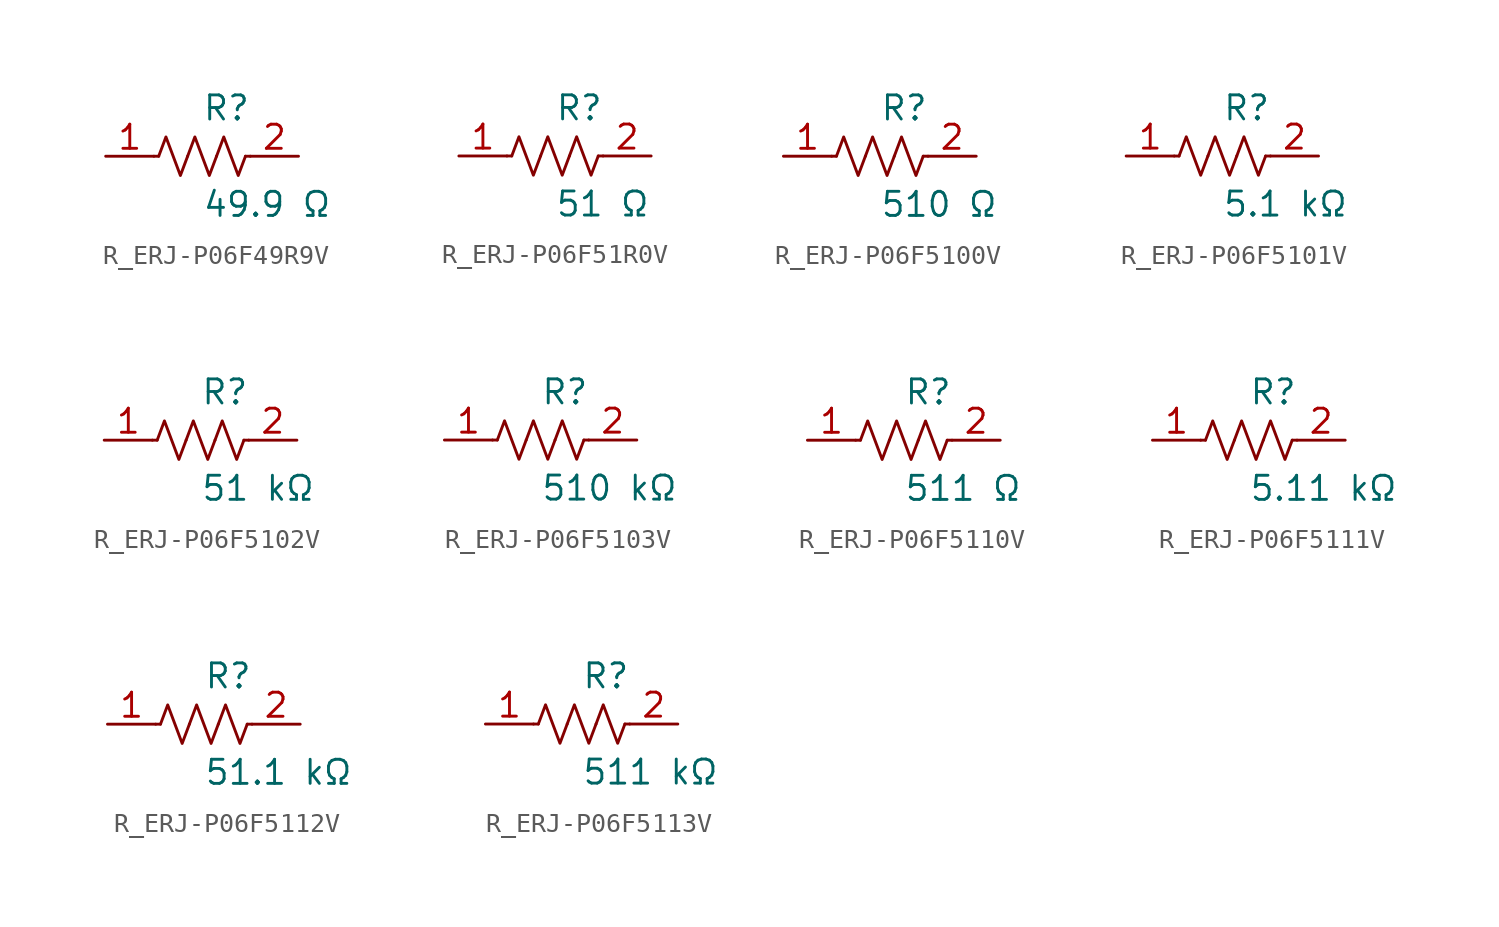
<source format=kicad_sym>
(kicad_symbol_lib
  (version 20231120)
  (generator kicad_symbol_editor)
  (generator_version 8.0)
  (symbol "R_ERJ-P06F49R9V"
    (pin_names
      (offset 0.254))
    (property "Reference" "R"
      (at 0.0 2.54 0)
      (effects (font (size 1.27 1.27)) (justify left)))
    (property "Value" "49.9 Ω"
      (at 0.0 -2.54 0)
      (effects (font (size 1.27 1.27)) (justify left)))
    (symbol "R_ERJ-P06F49R9V_0_1"
      (polyline (pts (xy 2.286 0) (xy 2.54 0)) (stroke (width 0) (type default)) (fill (type none)))
      (polyline (pts (xy -2.286 0) (xy -2.54 0)) (stroke (width 0) (type default)) (fill (type none)))
      (polyline (pts (xy 0.762 0) (xy 1.143 1.016) (xy 1.524 0) (xy 1.905 -1.016) (xy 2.286 0)) (stroke (width 0) (type default)) (fill (type none)))
      (polyline (pts (xy -0.762 0) (xy -0.381 1.016) (xy 0 0) (xy 0.381 -1.016) (xy 0.762 0)) (stroke (width 0) (type default)) (fill (type none)))
      (polyline (pts (xy -2.286 0) (xy -1.905 1.016) (xy -1.524 0) (xy -1.143 -1.016) (xy -0.762 0)) (stroke (width 0) (type default)) (fill (type none))))
    (pin unspecified line
      (at -5.08 0 0)
      (length 2.54)
      (name "" (effects (font (size 1.27 1.27))))
      (number "1" (effects (font (size 1.27 1.27)))))
    (pin unspecified line
      (at 5.08 0 180)
      (length 2.54)
      (name "" (effects (font (size 1.27 1.27))))
      (number "2" (effects (font (size 1.27 1.27))))))
  (symbol "R_ERJ-P06F51R0V"
    (pin_names
      (offset 0.254))
    (property "Reference" "R"
      (at 0.0 2.54 0)
      (effects (font (size 1.27 1.27)) (justify left)))
    (property "Value" "51 Ω"
      (at 0.0 -2.54 0)
      (effects (font (size 1.27 1.27)) (justify left)))
    (symbol "R_ERJ-P06F51R0V_0_1"
      (polyline (pts (xy 2.286 0) (xy 2.54 0)) (stroke (width 0) (type default)) (fill (type none)))
      (polyline (pts (xy -2.286 0) (xy -2.54 0)) (stroke (width 0) (type default)) (fill (type none)))
      (polyline (pts (xy 0.762 0) (xy 1.143 1.016) (xy 1.524 0) (xy 1.905 -1.016) (xy 2.286 0)) (stroke (width 0) (type default)) (fill (type none)))
      (polyline (pts (xy -0.762 0) (xy -0.381 1.016) (xy 0 0) (xy 0.381 -1.016) (xy 0.762 0)) (stroke (width 0) (type default)) (fill (type none)))
      (polyline (pts (xy -2.286 0) (xy -1.905 1.016) (xy -1.524 0) (xy -1.143 -1.016) (xy -0.762 0)) (stroke (width 0) (type default)) (fill (type none))))
    (pin unspecified line
      (at -5.08 0 0)
      (length 2.54)
      (name "" (effects (font (size 1.27 1.27))))
      (number "1" (effects (font (size 1.27 1.27)))))
    (pin unspecified line
      (at 5.08 0 180)
      (length 2.54)
      (name "" (effects (font (size 1.27 1.27))))
      (number "2" (effects (font (size 1.27 1.27))))))
  (symbol "R_ERJ-P06F5100V"
    (pin_names
      (offset 0.254))
    (property "Reference" "R"
      (at 0.0 2.54 0)
      (effects (font (size 1.27 1.27)) (justify left)))
    (property "Value" "510 Ω"
      (at 0.0 -2.54 0)
      (effects (font (size 1.27 1.27)) (justify left)))
    (symbol "R_ERJ-P06F5100V_0_1"
      (polyline (pts (xy 2.286 0) (xy 2.54 0)) (stroke (width 0) (type default)) (fill (type none)))
      (polyline (pts (xy -2.286 0) (xy -2.54 0)) (stroke (width 0) (type default)) (fill (type none)))
      (polyline (pts (xy 0.762 0) (xy 1.143 1.016) (xy 1.524 0) (xy 1.905 -1.016) (xy 2.286 0)) (stroke (width 0) (type default)) (fill (type none)))
      (polyline (pts (xy -0.762 0) (xy -0.381 1.016) (xy 0 0) (xy 0.381 -1.016) (xy 0.762 0)) (stroke (width 0) (type default)) (fill (type none)))
      (polyline (pts (xy -2.286 0) (xy -1.905 1.016) (xy -1.524 0) (xy -1.143 -1.016) (xy -0.762 0)) (stroke (width 0) (type default)) (fill (type none))))
    (pin unspecified line
      (at -5.08 0 0)
      (length 2.54)
      (name "" (effects (font (size 1.27 1.27))))
      (number "1" (effects (font (size 1.27 1.27)))))
    (pin unspecified line
      (at 5.08 0 180)
      (length 2.54)
      (name "" (effects (font (size 1.27 1.27))))
      (number "2" (effects (font (size 1.27 1.27))))))
  (symbol "R_ERJ-P06F5101V"
    (pin_names
      (offset 0.254))
    (property "Reference" "R"
      (at 0.0 2.54 0)
      (effects (font (size 1.27 1.27)) (justify left)))
    (property "Value" "5.1 kΩ"
      (at 0.0 -2.54 0)
      (effects (font (size 1.27 1.27)) (justify left)))
    (symbol "R_ERJ-P06F5101V_0_1"
      (polyline (pts (xy 2.286 0) (xy 2.54 0)) (stroke (width 0) (type default)) (fill (type none)))
      (polyline (pts (xy -2.286 0) (xy -2.54 0)) (stroke (width 0) (type default)) (fill (type none)))
      (polyline (pts (xy 0.762 0) (xy 1.143 1.016) (xy 1.524 0) (xy 1.905 -1.016) (xy 2.286 0)) (stroke (width 0) (type default)) (fill (type none)))
      (polyline (pts (xy -0.762 0) (xy -0.381 1.016) (xy 0 0) (xy 0.381 -1.016) (xy 0.762 0)) (stroke (width 0) (type default)) (fill (type none)))
      (polyline (pts (xy -2.286 0) (xy -1.905 1.016) (xy -1.524 0) (xy -1.143 -1.016) (xy -0.762 0)) (stroke (width 0) (type default)) (fill (type none))))
    (pin unspecified line
      (at -5.08 0 0)
      (length 2.54)
      (name "" (effects (font (size 1.27 1.27))))
      (number "1" (effects (font (size 1.27 1.27)))))
    (pin unspecified line
      (at 5.08 0 180)
      (length 2.54)
      (name "" (effects (font (size 1.27 1.27))))
      (number "2" (effects (font (size 1.27 1.27))))))
  (symbol "R_ERJ-P06F5102V"
    (pin_names
      (offset 0.254))
    (property "Reference" "R"
      (at 0.0 2.54 0)
      (effects (font (size 1.27 1.27)) (justify left)))
    (property "Value" "51 kΩ"
      (at 0.0 -2.54 0)
      (effects (font (size 1.27 1.27)) (justify left)))
    (symbol "R_ERJ-P06F5102V_0_1"
      (polyline (pts (xy 2.286 0) (xy 2.54 0)) (stroke (width 0) (type default)) (fill (type none)))
      (polyline (pts (xy -2.286 0) (xy -2.54 0)) (stroke (width 0) (type default)) (fill (type none)))
      (polyline (pts (xy 0.762 0) (xy 1.143 1.016) (xy 1.524 0) (xy 1.905 -1.016) (xy 2.286 0)) (stroke (width 0) (type default)) (fill (type none)))
      (polyline (pts (xy -0.762 0) (xy -0.381 1.016) (xy 0 0) (xy 0.381 -1.016) (xy 0.762 0)) (stroke (width 0) (type default)) (fill (type none)))
      (polyline (pts (xy -2.286 0) (xy -1.905 1.016) (xy -1.524 0) (xy -1.143 -1.016) (xy -0.762 0)) (stroke (width 0) (type default)) (fill (type none))))
    (pin unspecified line
      (at -5.08 0 0)
      (length 2.54)
      (name "" (effects (font (size 1.27 1.27))))
      (number "1" (effects (font (size 1.27 1.27)))))
    (pin unspecified line
      (at 5.08 0 180)
      (length 2.54)
      (name "" (effects (font (size 1.27 1.27))))
      (number "2" (effects (font (size 1.27 1.27))))))
  (symbol "R_ERJ-P06F5103V"
    (pin_names
      (offset 0.254))
    (property "Reference" "R"
      (at 0.0 2.54 0)
      (effects (font (size 1.27 1.27)) (justify left)))
    (property "Value" "510 kΩ"
      (at 0.0 -2.54 0)
      (effects (font (size 1.27 1.27)) (justify left)))
    (symbol "R_ERJ-P06F5103V_0_1"
      (polyline (pts (xy 2.286 0) (xy 2.54 0)) (stroke (width 0) (type default)) (fill (type none)))
      (polyline (pts (xy -2.286 0) (xy -2.54 0)) (stroke (width 0) (type default)) (fill (type none)))
      (polyline (pts (xy 0.762 0) (xy 1.143 1.016) (xy 1.524 0) (xy 1.905 -1.016) (xy 2.286 0)) (stroke (width 0) (type default)) (fill (type none)))
      (polyline (pts (xy -0.762 0) (xy -0.381 1.016) (xy 0 0) (xy 0.381 -1.016) (xy 0.762 0)) (stroke (width 0) (type default)) (fill (type none)))
      (polyline (pts (xy -2.286 0) (xy -1.905 1.016) (xy -1.524 0) (xy -1.143 -1.016) (xy -0.762 0)) (stroke (width 0) (type default)) (fill (type none))))
    (pin unspecified line
      (at -5.08 0 0)
      (length 2.54)
      (name "" (effects (font (size 1.27 1.27))))
      (number "1" (effects (font (size 1.27 1.27)))))
    (pin unspecified line
      (at 5.08 0 180)
      (length 2.54)
      (name "" (effects (font (size 1.27 1.27))))
      (number "2" (effects (font (size 1.27 1.27))))))
  (symbol "R_ERJ-P06F5110V"
    (pin_names
      (offset 0.254))
    (property "Reference" "R"
      (at 0.0 2.54 0)
      (effects (font (size 1.27 1.27)) (justify left)))
    (property "Value" "511 Ω"
      (at 0.0 -2.54 0)
      (effects (font (size 1.27 1.27)) (justify left)))
    (symbol "R_ERJ-P06F5110V_0_1"
      (polyline (pts (xy 2.286 0) (xy 2.54 0)) (stroke (width 0) (type default)) (fill (type none)))
      (polyline (pts (xy -2.286 0) (xy -2.54 0)) (stroke (width 0) (type default)) (fill (type none)))
      (polyline (pts (xy 0.762 0) (xy 1.143 1.016) (xy 1.524 0) (xy 1.905 -1.016) (xy 2.286 0)) (stroke (width 0) (type default)) (fill (type none)))
      (polyline (pts (xy -0.762 0) (xy -0.381 1.016) (xy 0 0) (xy 0.381 -1.016) (xy 0.762 0)) (stroke (width 0) (type default)) (fill (type none)))
      (polyline (pts (xy -2.286 0) (xy -1.905 1.016) (xy -1.524 0) (xy -1.143 -1.016) (xy -0.762 0)) (stroke (width 0) (type default)) (fill (type none))))
    (pin unspecified line
      (at -5.08 0 0)
      (length 2.54)
      (name "" (effects (font (size 1.27 1.27))))
      (number "1" (effects (font (size 1.27 1.27)))))
    (pin unspecified line
      (at 5.08 0 180)
      (length 2.54)
      (name "" (effects (font (size 1.27 1.27))))
      (number "2" (effects (font (size 1.27 1.27))))))
  (symbol "R_ERJ-P06F5111V"
    (pin_names
      (offset 0.254))
    (property "Reference" "R"
      (at 0.0 2.54 0)
      (effects (font (size 1.27 1.27)) (justify left)))
    (property "Value" "5.11 kΩ"
      (at 0.0 -2.54 0)
      (effects (font (size 1.27 1.27)) (justify left)))
    (symbol "R_ERJ-P06F5111V_0_1"
      (polyline (pts (xy 2.286 0) (xy 2.54 0)) (stroke (width 0) (type default)) (fill (type none)))
      (polyline (pts (xy -2.286 0) (xy -2.54 0)) (stroke (width 0) (type default)) (fill (type none)))
      (polyline (pts (xy 0.762 0) (xy 1.143 1.016) (xy 1.524 0) (xy 1.905 -1.016) (xy 2.286 0)) (stroke (width 0) (type default)) (fill (type none)))
      (polyline (pts (xy -0.762 0) (xy -0.381 1.016) (xy 0 0) (xy 0.381 -1.016) (xy 0.762 0)) (stroke (width 0) (type default)) (fill (type none)))
      (polyline (pts (xy -2.286 0) (xy -1.905 1.016) (xy -1.524 0) (xy -1.143 -1.016) (xy -0.762 0)) (stroke (width 0) (type default)) (fill (type none))))
    (pin unspecified line
      (at -5.08 0 0)
      (length 2.54)
      (name "" (effects (font (size 1.27 1.27))))
      (number "1" (effects (font (size 1.27 1.27)))))
    (pin unspecified line
      (at 5.08 0 180)
      (length 2.54)
      (name "" (effects (font (size 1.27 1.27))))
      (number "2" (effects (font (size 1.27 1.27))))))
  (symbol "R_ERJ-P06F5112V"
    (pin_names
      (offset 0.254))
    (property "Reference" "R"
      (at 0.0 2.54 0)
      (effects (font (size 1.27 1.27)) (justify left)))
    (property "Value" "51.1 kΩ"
      (at 0.0 -2.54 0)
      (effects (font (size 1.27 1.27)) (justify left)))
    (symbol "R_ERJ-P06F5112V_0_1"
      (polyline (pts (xy 2.286 0) (xy 2.54 0)) (stroke (width 0) (type default)) (fill (type none)))
      (polyline (pts (xy -2.286 0) (xy -2.54 0)) (stroke (width 0) (type default)) (fill (type none)))
      (polyline (pts (xy 0.762 0) (xy 1.143 1.016) (xy 1.524 0) (xy 1.905 -1.016) (xy 2.286 0)) (stroke (width 0) (type default)) (fill (type none)))
      (polyline (pts (xy -0.762 0) (xy -0.381 1.016) (xy 0 0) (xy 0.381 -1.016) (xy 0.762 0)) (stroke (width 0) (type default)) (fill (type none)))
      (polyline (pts (xy -2.286 0) (xy -1.905 1.016) (xy -1.524 0) (xy -1.143 -1.016) (xy -0.762 0)) (stroke (width 0) (type default)) (fill (type none))))
    (pin unspecified line
      (at -5.08 0 0)
      (length 2.54)
      (name "" (effects (font (size 1.27 1.27))))
      (number "1" (effects (font (size 1.27 1.27)))))
    (pin unspecified line
      (at 5.08 0 180)
      (length 2.54)
      (name "" (effects (font (size 1.27 1.27))))
      (number "2" (effects (font (size 1.27 1.27))))))
  (symbol "R_ERJ-P06F5113V"
    (pin_names
      (offset 0.254))
    (property "Reference" "R"
      (at 0.0 2.54 0)
      (effects (font (size 1.27 1.27)) (justify left)))
    (property "Value" "511 kΩ"
      (at 0.0 -2.54 0)
      (effects (font (size 1.27 1.27)) (justify left)))
    (symbol "R_ERJ-P06F5113V_0_1"
      (polyline (pts (xy 2.286 0) (xy 2.54 0)) (stroke (width 0) (type default)) (fill (type none)))
      (polyline (pts (xy -2.286 0) (xy -2.54 0)) (stroke (width 0) (type default)) (fill (type none)))
      (polyline (pts (xy 0.762 0) (xy 1.143 1.016) (xy 1.524 0) (xy 1.905 -1.016) (xy 2.286 0)) (stroke (width 0) (type default)) (fill (type none)))
      (polyline (pts (xy -0.762 0) (xy -0.381 1.016) (xy 0 0) (xy 0.381 -1.016) (xy 0.762 0)) (stroke (width 0) (type default)) (fill (type none)))
      (polyline (pts (xy -2.286 0) (xy -1.905 1.016) (xy -1.524 0) (xy -1.143 -1.016) (xy -0.762 0)) (stroke (width 0) (type default)) (fill (type none))))
    (pin unspecified line
      (at -5.08 0 0)
      (length 2.54)
      (name "" (effects (font (size 1.27 1.27))))
      (number "1" (effects (font (size 1.27 1.27)))))
    (pin unspecified line
      (at 5.08 0 180)
      (length 2.54)
      (name "" (effects (font (size 1.27 1.27))))
      (number "2" (effects (font (size 1.27 1.27)))))))
</source>
